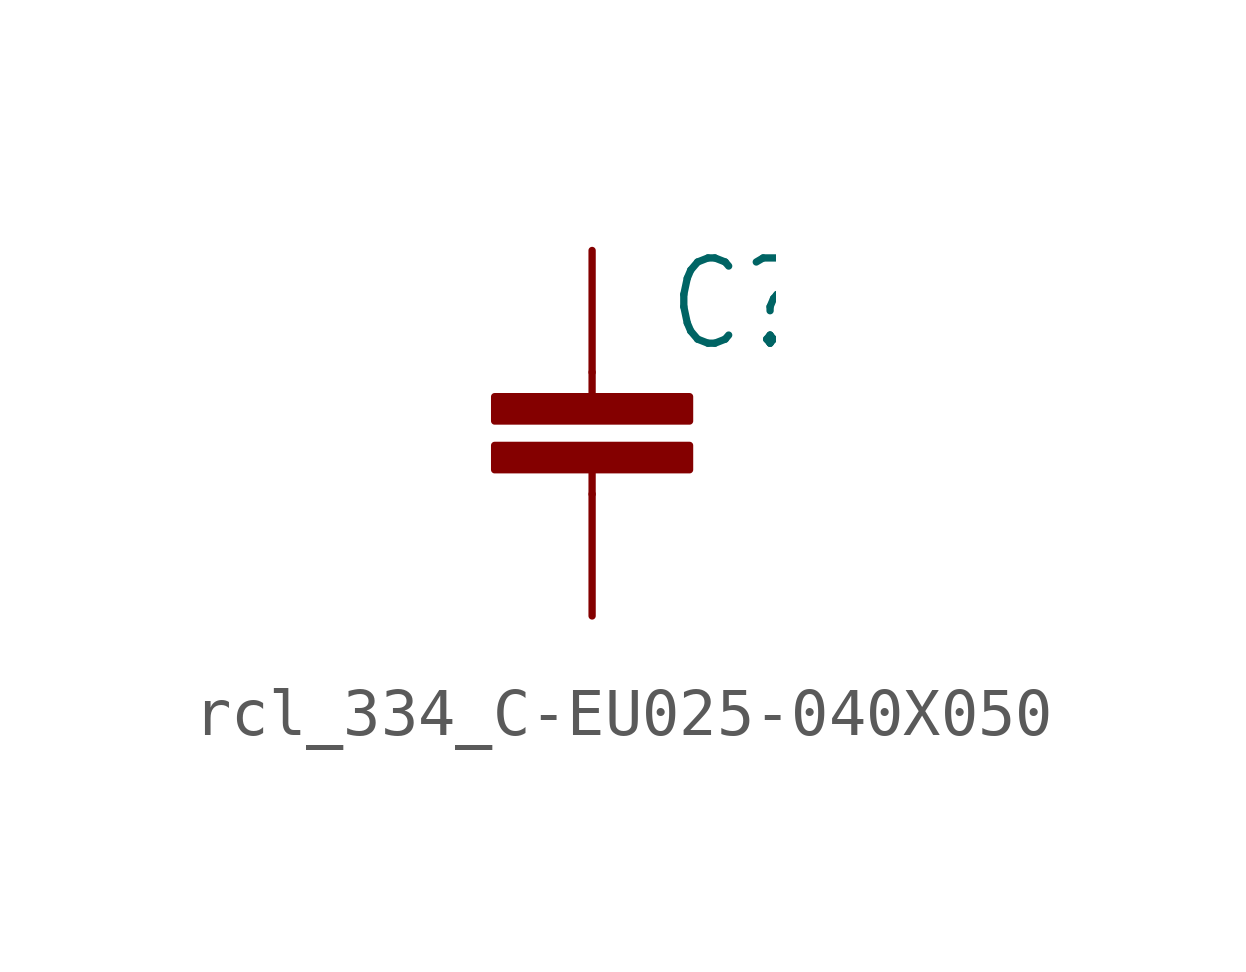
<source format=kicad_sym>
(kicad_symbol_lib
  (version 20241209)
  (generator "kicad_symbol_editor")
  (generator_version "9.0")
  (symbol "rcl_334_C-EU025-040X050"
    (property "Reference" "C"
      (at 1.524 0.381 0)
      (effects (font (size 1.778 1.511)) (justify left bottom)))
    (property "Value" ""
      (at 1.524 -4.699 0)
      (effects (font (size 1.778 1.511)) (justify left bottom)))
    (property "ki_locked" ""
      (at 0 0 0)
      (effects (font (size 1.27 1.27))))
    (symbol "rcl_334_C-EU025-040X050_1_0"
      (rectangle (start -2.032 -1.016) (end 2.032 -0.508) (stroke (width 0) (type default)) (fill (type outline)))
      (rectangle (start -2.032 -2.032) (end 2.032 -1.524) (stroke (width 0) (type default)) (fill (type outline)))
      (polyline (pts (xy 0 0) (xy 0 -0.508)) (stroke (width 0.152) (type solid)) (fill (type none)))
      (polyline (pts (xy 0 -2.54) (xy 0 -2.032)) (stroke (width 0.152) (type solid)) (fill (type none)))
      (pin passive line (at 0 2.54 270) (length 2.54) (name "1" (effects (font (size 0 0)))) (number "1" (effects (font (size 0 0)))))
      (pin passive line (at 0 -5.08 90) (length 2.54) (name "2" (effects (font (size 0 0)))) (number "2" (effects (font (size 0 0))))))))
</source>
